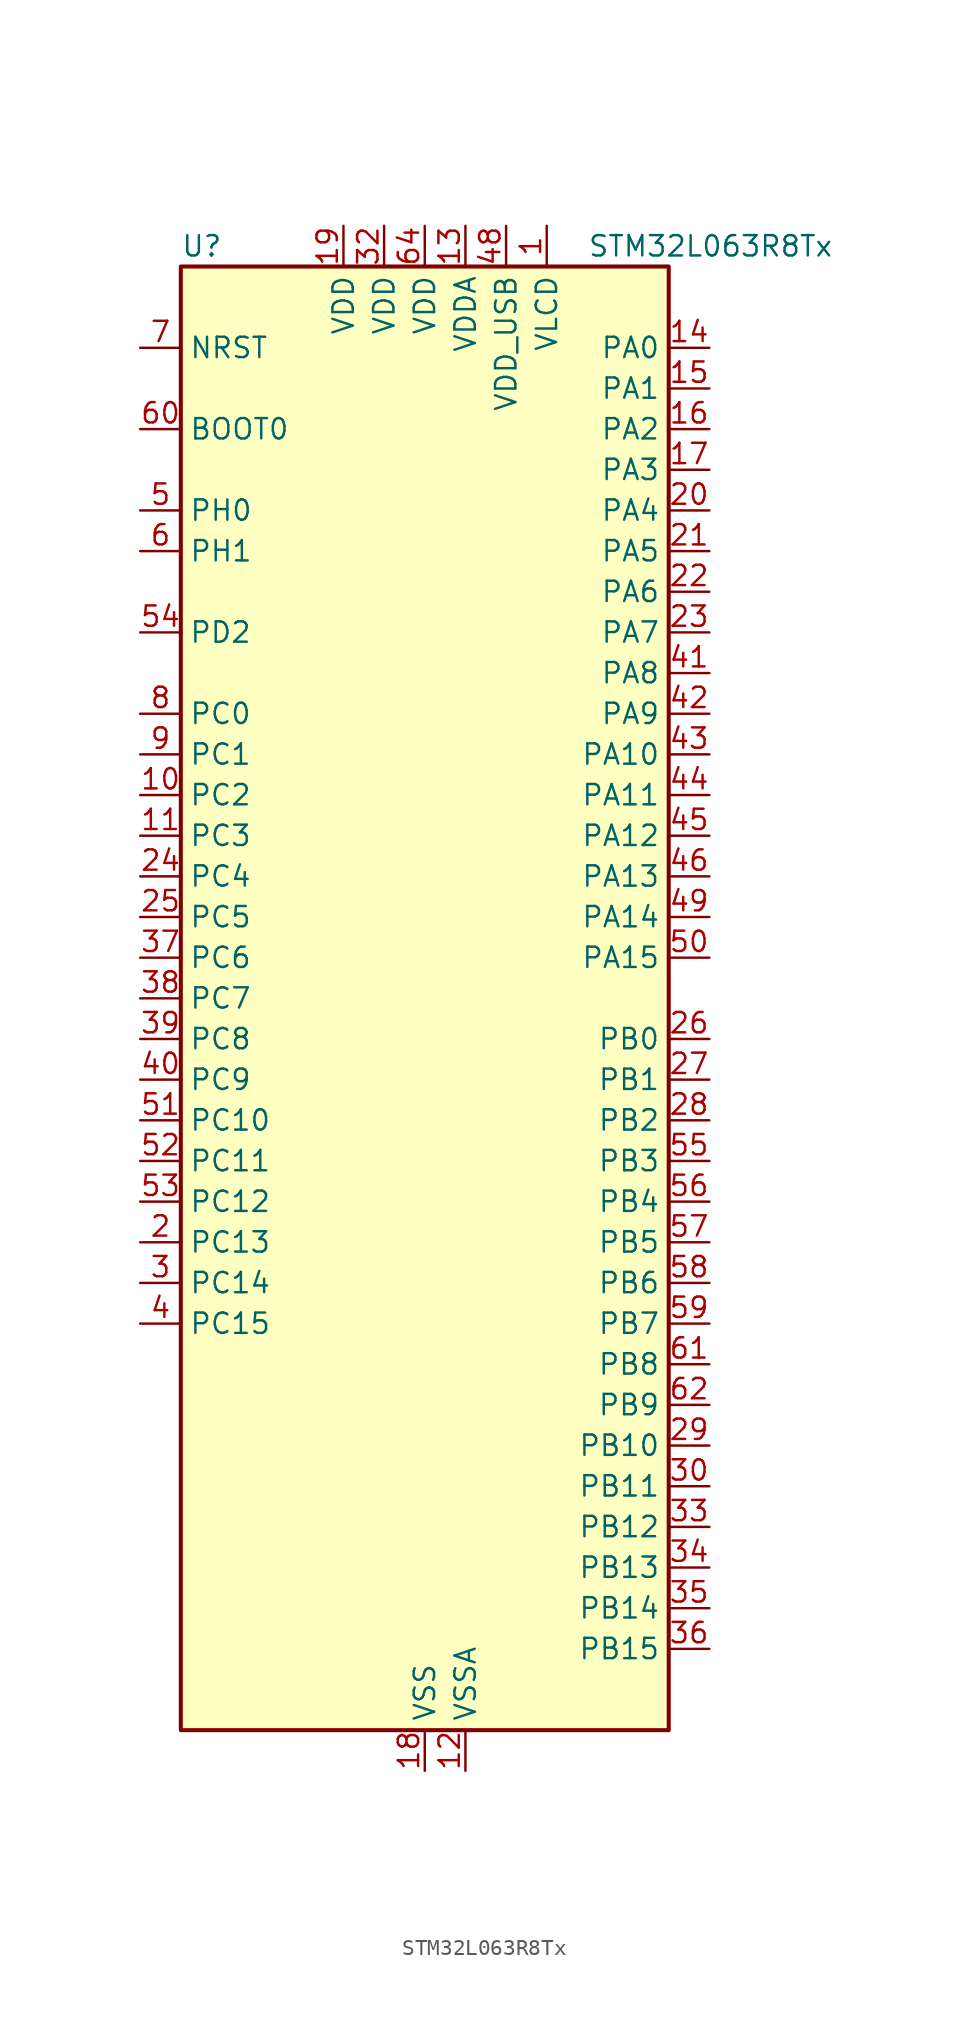
<source format=kicad_sym>
(kicad_symbol_lib
  (version 20241209)
  (generator "kicad_symbol_editor")
  (generator_version "9.0")
  (symbol "STM32L063R8Tx"
    (property "Reference" "U"
      (at -15.24 46.99 0)
      (effects (font (size 1.27 1.27)) (justify left)))
    (property "Value" "STM32L063R8Tx"
      (at 10.16 46.99 0)
      (effects (font (size 1.27 1.27)) (justify left)))
    (symbol "STM32L063R8Tx_0_1"
      (rectangle (start -15.24 -45.72) (end 15.24 45.72) (stroke (width 0.254) (type default)) (fill (type background))))
    (symbol "STM32L063R8Tx_1_1"
      (pin input line (at -17.78 40.64 0) (length 2.54) (name "NRST" (effects (font (size 1.27 1.27)))) (number "7" (effects (font (size 1.27 1.27)))))
      (pin input line (at -17.78 35.56 0) (length 2.54) (name "BOOT0" (effects (font (size 1.27 1.27)))) (number "60" (effects (font (size 1.27 1.27)))))
      (pin bidirectional line (at -17.78 30.48 0) (length 2.54) (name "PH0" (effects (font (size 1.27 1.27)))) (number "5" (effects (font (size 1.27 1.27)))) (alternate "CRS_SYNC" bidirectional line) (alternate "RCC_OSC_IN" bidirectional line))
      (pin bidirectional line (at -17.78 27.94 0) (length 2.54) (name "PH1" (effects (font (size 1.27 1.27)))) (number "6" (effects (font (size 1.27 1.27)))) (alternate "RCC_OSC_OUT" bidirectional line))
      (pin bidirectional line (at -17.78 22.86 0) (length 2.54) (name "PD2" (effects (font (size 1.27 1.27)))) (number "54" (effects (font (size 1.27 1.27)))) (alternate "LCD_COM7" bidirectional line) (alternate "LCD_SEG31" bidirectional line) (alternate "LPUART1_DE" bidirectional line) (alternate "LPUART1_RTS" bidirectional line))
      (pin bidirectional line (at -17.78 17.78 0) (length 2.54) (name "PC0" (effects (font (size 1.27 1.27)))) (number "8" (effects (font (size 1.27 1.27)))) (alternate "ADC_IN10" bidirectional line) (alternate "LCD_SEG18" bidirectional line) (alternate "LPTIM1_IN1" bidirectional line) (alternate "TSC_G7_IO1" bidirectional line))
      (pin bidirectional line (at -17.78 15.24 0) (length 2.54) (name "PC1" (effects (font (size 1.27 1.27)))) (number "9" (effects (font (size 1.27 1.27)))) (alternate "ADC_IN11" bidirectional line) (alternate "LCD_SEG19" bidirectional line) (alternate "LPTIM1_OUT" bidirectional line) (alternate "TSC_G7_IO2" bidirectional line))
      (pin bidirectional line (at -17.78 12.7 0) (length 2.54) (name "PC2" (effects (font (size 1.27 1.27)))) (number "10" (effects (font (size 1.27 1.27)))) (alternate "ADC_IN12" bidirectional line) (alternate "I2S2_MCK" bidirectional line) (alternate "LCD_SEG20" bidirectional line) (alternate "LPTIM1_IN2" bidirectional line) (alternate "SPI2_MISO" bidirectional line) (alternate "TSC_G7_IO3" bidirectional line))
      (pin bidirectional line (at -17.78 10.16 0) (length 2.54) (name "PC3" (effects (font (size 1.27 1.27)))) (number "11" (effects (font (size 1.27 1.27)))) (alternate "ADC_IN13" bidirectional line) (alternate "I2S2_SD" bidirectional line) (alternate "LCD_SEG21" bidirectional line) (alternate "LPTIM1_ETR" bidirectional line) (alternate "SPI2_MOSI" bidirectional line) (alternate "TSC_G7_IO4" bidirectional line))
      (pin bidirectional line (at -17.78 7.62 0) (length 2.54) (name "PC4" (effects (font (size 1.27 1.27)))) (number "24" (effects (font (size 1.27 1.27)))) (alternate "ADC_IN14" bidirectional line) (alternate "LCD_SEG22" bidirectional line) (alternate "LPUART1_TX" bidirectional line))
      (pin bidirectional line (at -17.78 5.08 0) (length 2.54) (name "PC5" (effects (font (size 1.27 1.27)))) (number "25" (effects (font (size 1.27 1.27)))) (alternate "ADC_IN15" bidirectional line) (alternate "LCD_SEG23" bidirectional line) (alternate "LPUART1_RX" bidirectional line) (alternate "TSC_G3_IO1" bidirectional line))
      (pin bidirectional line (at -17.78 2.54 0) (length 2.54) (name "PC6" (effects (font (size 1.27 1.27)))) (number "37" (effects (font (size 1.27 1.27)))) (alternate "LCD_SEG24" bidirectional line) (alternate "TIM22_CH1" bidirectional line) (alternate "TSC_G8_IO1" bidirectional line))
      (pin bidirectional line (at -17.78 0 0) (length 2.54) (name "PC7" (effects (font (size 1.27 1.27)))) (number "38" (effects (font (size 1.27 1.27)))) (alternate "LCD_SEG25" bidirectional line) (alternate "TIM22_CH2" bidirectional line) (alternate "TSC_G8_IO2" bidirectional line))
      (pin bidirectional line (at -17.78 -2.54 0) (length 2.54) (name "PC8" (effects (font (size 1.27 1.27)))) (number "39" (effects (font (size 1.27 1.27)))) (alternate "LCD_SEG26" bidirectional line) (alternate "TIM22_ETR" bidirectional line) (alternate "TSC_G8_IO3" bidirectional line))
      (pin bidirectional line (at -17.78 -5.08 0) (length 2.54) (name "PC9" (effects (font (size 1.27 1.27)))) (number "40" (effects (font (size 1.27 1.27)))) (alternate "DAC_EXTI9" bidirectional line) (alternate "LCD_SEG27" bidirectional line) (alternate "TIM21_ETR" bidirectional line) (alternate "TSC_G8_IO4" bidirectional line) (alternate "USB_NOE" bidirectional line))
      (pin bidirectional line (at -17.78 -7.62 0) (length 2.54) (name "PC10" (effects (font (size 1.27 1.27)))) (number "51" (effects (font (size 1.27 1.27)))) (alternate "LCD_COM4" bidirectional line) (alternate "LCD_SEG28" bidirectional line) (alternate "LPUART1_TX" bidirectional line))
      (pin bidirectional line (at -17.78 -10.16 0) (length 2.54) (name "PC11" (effects (font (size 1.27 1.27)))) (number "52" (effects (font (size 1.27 1.27)))) (alternate "ADC_EXTI11" bidirectional line) (alternate "LCD_COM5" bidirectional line) (alternate "LCD_SEG29" bidirectional line) (alternate "LPUART1_RX" bidirectional line))
      (pin bidirectional line (at -17.78 -12.7 0) (length 2.54) (name "PC12" (effects (font (size 1.27 1.27)))) (number "53" (effects (font (size 1.27 1.27)))) (alternate "LCD_COM6" bidirectional line) (alternate "LCD_SEG30" bidirectional line))
      (pin bidirectional line (at -17.78 -15.24 0) (length 2.54) (name "PC13" (effects (font (size 1.27 1.27)))) (number "2" (effects (font (size 1.27 1.27)))) (alternate "RTC_OUT_ALARM" bidirectional line) (alternate "RTC_OUT_CALIB" bidirectional line) (alternate "RTC_TAMP1" bidirectional line) (alternate "RTC_TS" bidirectional line) (alternate "SYS_WKUP2" bidirectional line))
      (pin bidirectional line (at -17.78 -17.78 0) (length 2.54) (name "PC14" (effects (font (size 1.27 1.27)))) (number "3" (effects (font (size 1.27 1.27)))) (alternate "RCC_OSC32_IN" bidirectional line))
      (pin bidirectional line (at -17.78 -20.32 0) (length 2.54) (name "PC15" (effects (font (size 1.27 1.27)))) (number "4" (effects (font (size 1.27 1.27)))) (alternate "RCC_OSC32_OUT" bidirectional line))
      (pin power_in line (at -5.08 48.26 270) (length 2.54) (name "VDD" (effects (font (size 1.27 1.27)))) (number "19" (effects (font (size 1.27 1.27)))))
      (pin power_in line (at -2.54 48.26 270) (length 2.54) (name "VDD" (effects (font (size 1.27 1.27)))) (number "32" (effects (font (size 1.27 1.27)))))
      (pin power_in line (at 0 48.26 270) (length 2.54) (name "VDD" (effects (font (size 1.27 1.27)))) (number "64" (effects (font (size 1.27 1.27)))))
      (pin power_in line (at 0 -48.26 90) (length 2.54) (name "VSS" (effects (font (size 1.27 1.27)))) (number "18" (effects (font (size 1.27 1.27)))))
      (pin passive line (at 0 -48.26 90) (length 2.54) (hide yes) (name "VSS" (effects (font (size 1.27 1.27)))) (number "31" (effects (font (size 1.27 1.27)))))
      (pin passive line (at 0 -48.26 90) (length 2.54) (hide yes) (name "VSS" (effects (font (size 1.27 1.27)))) (number "47" (effects (font (size 1.27 1.27)))))
      (pin passive line (at 0 -48.26 90) (length 2.54) (hide yes) (name "VSS" (effects (font (size 1.27 1.27)))) (number "63" (effects (font (size 1.27 1.27)))))
      (pin power_in line (at 2.54 48.26 270) (length 2.54) (name "VDDA" (effects (font (size 1.27 1.27)))) (number "13" (effects (font (size 1.27 1.27)))))
      (pin power_in line (at 2.54 -48.26 90) (length 2.54) (name "VSSA" (effects (font (size 1.27 1.27)))) (number "12" (effects (font (size 1.27 1.27)))))
      (pin power_in line (at 5.08 48.26 270) (length 2.54) (name "VDD_USB" (effects (font (size 1.27 1.27)))) (number "48" (effects (font (size 1.27 1.27)))))
      (pin power_in line (at 7.62 48.26 270) (length 2.54) (name "VLCD" (effects (font (size 1.27 1.27)))) (number "1" (effects (font (size 1.27 1.27)))))
      (pin bidirectional line (at 17.78 40.64 180) (length 2.54) (name "PA0" (effects (font (size 1.27 1.27)))) (number "14" (effects (font (size 1.27 1.27)))) (alternate "ADC_IN0" bidirectional line) (alternate "COMP1_INM" bidirectional line) (alternate "COMP1_OUT" bidirectional line) (alternate "RTC_TAMP2" bidirectional line) (alternate "SYS_WKUP1" bidirectional line) (alternate "TIM2_CH1" bidirectional line) (alternate "TIM2_ETR" bidirectional line) (alternate "TSC_G1_IO1" bidirectional line) (alternate "USART2_CTS" bidirectional line))
      (pin bidirectional line (at 17.78 38.1 180) (length 2.54) (name "PA1" (effects (font (size 1.27 1.27)))) (number "15" (effects (font (size 1.27 1.27)))) (alternate "ADC_IN1" bidirectional line) (alternate "COMP1_INP" bidirectional line) (alternate "LCD_SEG0" bidirectional line) (alternate "TIM21_ETR" bidirectional line) (alternate "TIM2_CH2" bidirectional line) (alternate "TSC_G1_IO2" bidirectional line) (alternate "USART2_DE" bidirectional line) (alternate "USART2_RTS" bidirectional line))
      (pin bidirectional line (at 17.78 35.56 180) (length 2.54) (name "PA2" (effects (font (size 1.27 1.27)))) (number "16" (effects (font (size 1.27 1.27)))) (alternate "ADC_IN2" bidirectional line) (alternate "COMP2_INM" bidirectional line) (alternate "COMP2_OUT" bidirectional line) (alternate "LCD_SEG1" bidirectional line) (alternate "TIM21_CH1" bidirectional line) (alternate "TIM2_CH3" bidirectional line) (alternate "TSC_G1_IO3" bidirectional line) (alternate "USART2_TX" bidirectional line))
      (pin bidirectional line (at 17.78 33.02 180) (length 2.54) (name "PA3" (effects (font (size 1.27 1.27)))) (number "17" (effects (font (size 1.27 1.27)))) (alternate "ADC_IN3" bidirectional line) (alternate "COMP2_INP" bidirectional line) (alternate "LCD_SEG2" bidirectional line) (alternate "TIM21_CH2" bidirectional line) (alternate "TIM2_CH4" bidirectional line) (alternate "TSC_G1_IO4" bidirectional line) (alternate "USART2_RX" bidirectional line))
      (pin bidirectional line (at 17.78 30.48 180) (length 2.54) (name "PA4" (effects (font (size 1.27 1.27)))) (number "20" (effects (font (size 1.27 1.27)))) (alternate "ADC_IN4" bidirectional line) (alternate "COMP1_INM" bidirectional line) (alternate "COMP2_INM" bidirectional line) (alternate "DAC_OUT1" bidirectional line) (alternate "SPI1_NSS" bidirectional line) (alternate "TIM22_ETR" bidirectional line) (alternate "TSC_G2_IO1" bidirectional line) (alternate "USART2_CK" bidirectional line))
      (pin bidirectional line (at 17.78 27.94 180) (length 2.54) (name "PA5" (effects (font (size 1.27 1.27)))) (number "21" (effects (font (size 1.27 1.27)))) (alternate "ADC_IN5" bidirectional line) (alternate "COMP1_INM" bidirectional line) (alternate "COMP2_INM" bidirectional line) (alternate "SPI1_SCK" bidirectional line) (alternate "TIM2_CH1" bidirectional line) (alternate "TIM2_ETR" bidirectional line) (alternate "TSC_G2_IO2" bidirectional line))
      (pin bidirectional line (at 17.78 25.4 180) (length 2.54) (name "PA6" (effects (font (size 1.27 1.27)))) (number "22" (effects (font (size 1.27 1.27)))) (alternate "ADC_IN6" bidirectional line) (alternate "COMP1_OUT" bidirectional line) (alternate "LCD_SEG3" bidirectional line) (alternate "LPUART1_CTS" bidirectional line) (alternate "SPI1_MISO" bidirectional line) (alternate "TIM22_CH1" bidirectional line) (alternate "TSC_G2_IO3" bidirectional line))
      (pin bidirectional line (at 17.78 22.86 180) (length 2.54) (name "PA7" (effects (font (size 1.27 1.27)))) (number "23" (effects (font (size 1.27 1.27)))) (alternate "ADC_IN7" bidirectional line) (alternate "COMP2_OUT" bidirectional line) (alternate "LCD_SEG4" bidirectional line) (alternate "SPI1_MOSI" bidirectional line) (alternate "TIM22_CH2" bidirectional line) (alternate "TSC_G2_IO4" bidirectional line))
      (pin bidirectional line (at 17.78 20.32 180) (length 2.54) (name "PA8" (effects (font (size 1.27 1.27)))) (number "41" (effects (font (size 1.27 1.27)))) (alternate "CRS_SYNC" bidirectional line) (alternate "LCD_COM0" bidirectional line) (alternate "RCC_MCO" bidirectional line) (alternate "USART1_CK" bidirectional line))
      (pin bidirectional line (at 17.78 17.78 180) (length 2.54) (name "PA9" (effects (font (size 1.27 1.27)))) (number "42" (effects (font (size 1.27 1.27)))) (alternate "DAC_EXTI9" bidirectional line) (alternate "LCD_COM1" bidirectional line) (alternate "RCC_MCO" bidirectional line) (alternate "TSC_G4_IO1" bidirectional line) (alternate "USART1_TX" bidirectional line))
      (pin bidirectional line (at 17.78 15.24 180) (length 2.54) (name "PA10" (effects (font (size 1.27 1.27)))) (number "43" (effects (font (size 1.27 1.27)))) (alternate "LCD_COM2" bidirectional line) (alternate "TSC_G4_IO2" bidirectional line) (alternate "USART1_RX" bidirectional line))
      (pin bidirectional line (at 17.78 12.7 180) (length 2.54) (name "PA11" (effects (font (size 1.27 1.27)))) (number "44" (effects (font (size 1.27 1.27)))) (alternate "ADC_EXTI11" bidirectional line) (alternate "COMP1_OUT" bidirectional line) (alternate "SPI1_MISO" bidirectional line) (alternate "TSC_G4_IO3" bidirectional line) (alternate "USART1_CTS" bidirectional line) (alternate "USB_DM" bidirectional line))
      (pin bidirectional line (at 17.78 10.16 180) (length 2.54) (name "PA12" (effects (font (size 1.27 1.27)))) (number "45" (effects (font (size 1.27 1.27)))) (alternate "COMP2_OUT" bidirectional line) (alternate "SPI1_MOSI" bidirectional line) (alternate "TSC_G4_IO4" bidirectional line) (alternate "USART1_DE" bidirectional line) (alternate "USART1_RTS" bidirectional line) (alternate "USB_DP" bidirectional line))
      (pin bidirectional line (at 17.78 7.62 180) (length 2.54) (name "PA13" (effects (font (size 1.27 1.27)))) (number "46" (effects (font (size 1.27 1.27)))) (alternate "SYS_SWDIO" bidirectional line) (alternate "USB_NOE" bidirectional line))
      (pin bidirectional line (at 17.78 5.08 180) (length 2.54) (name "PA14" (effects (font (size 1.27 1.27)))) (number "49" (effects (font (size 1.27 1.27)))) (alternate "SYS_SWCLK" bidirectional line) (alternate "USART2_TX" bidirectional line))
      (pin bidirectional line (at 17.78 2.54 180) (length 2.54) (name "PA15" (effects (font (size 1.27 1.27)))) (number "50" (effects (font (size 1.27 1.27)))) (alternate "LCD_SEG17" bidirectional line) (alternate "SPI1_NSS" bidirectional line) (alternate "TIM2_CH1" bidirectional line) (alternate "TIM2_ETR" bidirectional line) (alternate "USART2_RX" bidirectional line))
      (pin bidirectional line (at 17.78 -2.54 180) (length 2.54) (name "PB0" (effects (font (size 1.27 1.27)))) (number "26" (effects (font (size 1.27 1.27)))) (alternate "ADC_IN8" bidirectional line) (alternate "LCD_SEG5" bidirectional line) (alternate "LCD_VLCD3" bidirectional line) (alternate "SYS_VREF_OUT_PB0" bidirectional line) (alternate "TSC_G3_IO2" bidirectional line))
      (pin bidirectional line (at 17.78 -5.08 180) (length 2.54) (name "PB1" (effects (font (size 1.27 1.27)))) (number "27" (effects (font (size 1.27 1.27)))) (alternate "ADC_IN9" bidirectional line) (alternate "LCD_SEG6" bidirectional line) (alternate "LPUART1_DE" bidirectional line) (alternate "LPUART1_RTS" bidirectional line) (alternate "SYS_VREF_OUT_PB1" bidirectional line) (alternate "TSC_G3_IO3" bidirectional line))
      (pin bidirectional line (at 17.78 -7.62 180) (length 2.54) (name "PB2" (effects (font (size 1.27 1.27)))) (number "28" (effects (font (size 1.27 1.27)))) (alternate "LCD_VLCD2" bidirectional line) (alternate "LPTIM1_OUT" bidirectional line) (alternate "TSC_G3_IO4" bidirectional line))
      (pin bidirectional line (at 17.78 -10.16 180) (length 2.54) (name "PB3" (effects (font (size 1.27 1.27)))) (number "55" (effects (font (size 1.27 1.27)))) (alternate "COMP2_INM" bidirectional line) (alternate "LCD_SEG7" bidirectional line) (alternate "SPI1_SCK" bidirectional line) (alternate "TIM2_CH2" bidirectional line) (alternate "TSC_G5_IO1" bidirectional line))
      (pin bidirectional line (at 17.78 -12.7 180) (length 2.54) (name "PB4" (effects (font (size 1.27 1.27)))) (number "56" (effects (font (size 1.27 1.27)))) (alternate "COMP2_INP" bidirectional line) (alternate "LCD_SEG8" bidirectional line) (alternate "SPI1_MISO" bidirectional line) (alternate "TIM22_CH1" bidirectional line) (alternate "TSC_G5_IO2" bidirectional line))
      (pin bidirectional line (at 17.78 -15.24 180) (length 2.54) (name "PB5" (effects (font (size 1.27 1.27)))) (number "57" (effects (font (size 1.27 1.27)))) (alternate "COMP2_INP" bidirectional line) (alternate "I2C1_SMBA" bidirectional line) (alternate "LCD_SEG9" bidirectional line) (alternate "LPTIM1_IN1" bidirectional line) (alternate "SPI1_MOSI" bidirectional line) (alternate "TIM22_CH2" bidirectional line))
      (pin bidirectional line (at 17.78 -17.78 180) (length 2.54) (name "PB6" (effects (font (size 1.27 1.27)))) (number "58" (effects (font (size 1.27 1.27)))) (alternate "COMP2_INP" bidirectional line) (alternate "I2C1_SCL" bidirectional line) (alternate "LPTIM1_ETR" bidirectional line) (alternate "TSC_G5_IO3" bidirectional line) (alternate "USART1_TX" bidirectional line))
      (pin bidirectional line (at 17.78 -20.32 180) (length 2.54) (name "PB7" (effects (font (size 1.27 1.27)))) (number "59" (effects (font (size 1.27 1.27)))) (alternate "COMP2_INP" bidirectional line) (alternate "I2C1_SDA" bidirectional line) (alternate "LPTIM1_IN2" bidirectional line) (alternate "SYS_PVD_IN" bidirectional line) (alternate "TSC_G5_IO4" bidirectional line) (alternate "USART1_RX" bidirectional line))
      (pin bidirectional line (at 17.78 -22.86 180) (length 2.54) (name "PB8" (effects (font (size 1.27 1.27)))) (number "61" (effects (font (size 1.27 1.27)))) (alternate "I2C1_SCL" bidirectional line) (alternate "LCD_SEG16" bidirectional line) (alternate "TSC_SYNC" bidirectional line))
      (pin bidirectional line (at 17.78 -25.4 180) (length 2.54) (name "PB9" (effects (font (size 1.27 1.27)))) (number "62" (effects (font (size 1.27 1.27)))) (alternate "DAC_EXTI9" bidirectional line) (alternate "I2C1_SDA" bidirectional line) (alternate "I2S2_WS" bidirectional line) (alternate "LCD_COM3" bidirectional line) (alternate "SPI2_NSS" bidirectional line))
      (pin bidirectional line (at 17.78 -27.94 180) (length 2.54) (name "PB10" (effects (font (size 1.27 1.27)))) (number "29" (effects (font (size 1.27 1.27)))) (alternate "I2C2_SCL" bidirectional line) (alternate "LCD_SEG10" bidirectional line) (alternate "LPUART1_TX" bidirectional line) (alternate "SPI2_SCK" bidirectional line) (alternate "TIM2_CH3" bidirectional line) (alternate "TSC_SYNC" bidirectional line))
      (pin bidirectional line (at 17.78 -30.48 180) (length 2.54) (name "PB11" (effects (font (size 1.27 1.27)))) (number "30" (effects (font (size 1.27 1.27)))) (alternate "ADC_EXTI11" bidirectional line) (alternate "I2C2_SDA" bidirectional line) (alternate "LCD_SEG11" bidirectional line) (alternate "LPUART1_RX" bidirectional line) (alternate "TIM2_CH4" bidirectional line) (alternate "TSC_G6_IO1" bidirectional line))
      (pin bidirectional line (at 17.78 -33.02 180) (length 2.54) (name "PB12" (effects (font (size 1.27 1.27)))) (number "33" (effects (font (size 1.27 1.27)))) (alternate "I2S2_WS" bidirectional line) (alternate "LCD_SEG12" bidirectional line) (alternate "LCD_VLCD1" bidirectional line) (alternate "LPUART1_DE" bidirectional line) (alternate "LPUART1_RTS" bidirectional line) (alternate "SPI2_NSS" bidirectional line) (alternate "TSC_G6_IO2" bidirectional line))
      (pin bidirectional line (at 17.78 -35.56 180) (length 2.54) (name "PB13" (effects (font (size 1.27 1.27)))) (number "34" (effects (font (size 1.27 1.27)))) (alternate "I2C2_SCL" bidirectional line) (alternate "I2S2_CK" bidirectional line) (alternate "LCD_SEG13" bidirectional line) (alternate "LPUART1_CTS" bidirectional line) (alternate "SPI2_SCK" bidirectional line) (alternate "TIM21_CH1" bidirectional line) (alternate "TSC_G6_IO3" bidirectional line))
      (pin bidirectional line (at 17.78 -38.1 180) (length 2.54) (name "PB14" (effects (font (size 1.27 1.27)))) (number "35" (effects (font (size 1.27 1.27)))) (alternate "I2C2_SDA" bidirectional line) (alternate "I2S2_MCK" bidirectional line) (alternate "LCD_SEG14" bidirectional line) (alternate "LPUART1_DE" bidirectional line) (alternate "LPUART1_RTS" bidirectional line) (alternate "RTC_OUT_ALARM" bidirectional line) (alternate "RTC_OUT_CALIB" bidirectional line) (alternate "SPI2_MISO" bidirectional line) (alternate "TIM21_CH2" bidirectional line) (alternate "TSC_G6_IO4" bidirectional line))
      (pin bidirectional line (at 17.78 -40.64 180) (length 2.54) (name "PB15" (effects (font (size 1.27 1.27)))) (number "36" (effects (font (size 1.27 1.27)))) (alternate "I2S2_SD" bidirectional line) (alternate "LCD_SEG15" bidirectional line) (alternate "RTC_REFIN" bidirectional line) (alternate "SPI2_MOSI" bidirectional line)))))
</source>
